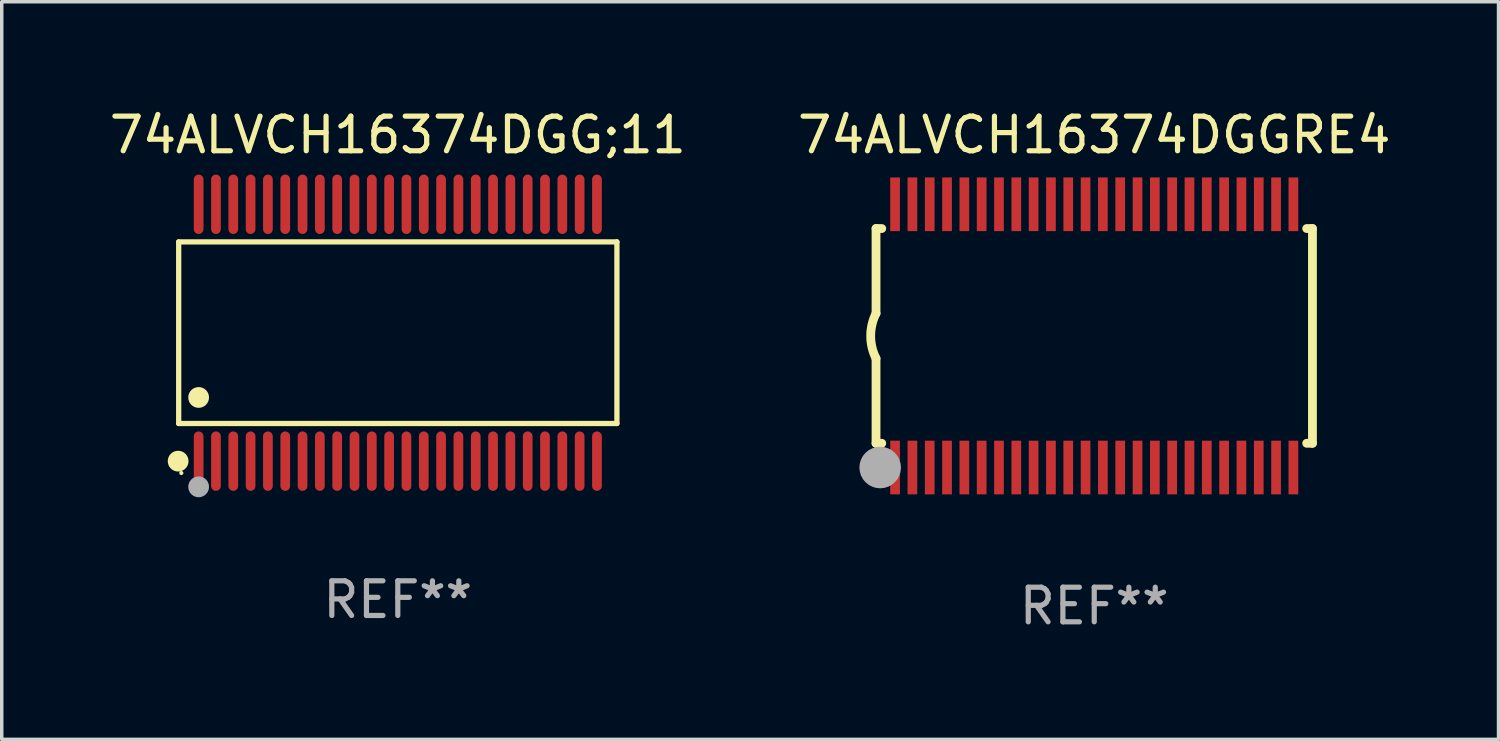
<source format=kicad_pcb>
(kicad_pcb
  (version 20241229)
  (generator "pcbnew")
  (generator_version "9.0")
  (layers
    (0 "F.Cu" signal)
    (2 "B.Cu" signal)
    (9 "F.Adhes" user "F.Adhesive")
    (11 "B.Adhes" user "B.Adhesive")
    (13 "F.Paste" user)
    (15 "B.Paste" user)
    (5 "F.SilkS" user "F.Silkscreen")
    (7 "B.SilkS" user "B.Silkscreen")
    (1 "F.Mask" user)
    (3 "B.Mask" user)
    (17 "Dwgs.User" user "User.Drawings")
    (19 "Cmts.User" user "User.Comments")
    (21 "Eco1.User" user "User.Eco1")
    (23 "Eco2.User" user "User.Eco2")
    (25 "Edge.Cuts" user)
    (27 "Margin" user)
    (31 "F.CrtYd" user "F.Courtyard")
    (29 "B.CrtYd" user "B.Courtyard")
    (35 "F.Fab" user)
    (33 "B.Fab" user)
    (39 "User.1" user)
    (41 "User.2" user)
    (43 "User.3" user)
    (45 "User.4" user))
  (footprint "74ALVCH16374DGGRE4"
    (layer "F.Cu")
    (at 28.542 6.648)
    (property "Reference" "74ALVCH16374DGGRE4" (at 0 -5.8 0) (layer "F.SilkS") (effects (font (size 1 1) (thickness 0.15))))
    (attr through_hole)
    (fp_line (start -6.3 -3.1) (end -6.3 -0.65) (stroke (width 0.254) (type solid)) (layer "F.SilkS"))
    (fp_line (start -6.3 -3.1) (end -6.134 -3.1) (stroke (width 0.254) (type solid)) (layer "F.SilkS"))
    (fp_line (start -6.3 3.1) (end -6.3 0.65) (stroke (width 0.254) (type solid)) (layer "F.SilkS"))
    (fp_line (start -6.3 3.1) (end -6.134 3.1) (stroke (width 0.254) (type solid)) (layer "F.SilkS"))
    (fp_line (start 6.134 -3.1) (end 6.3 -3.1) (stroke (width 0.254) (type solid)) (layer "F.SilkS"))
    (fp_line (start 6.134 3.1) (end 6.3 3.1) (stroke (width 0.254) (type solid)) (layer "F.SilkS"))
    (fp_line (start 6.3 -3.1) (end 6.3 3.1) (stroke (width 0.254) (type solid)) (layer "F.SilkS"))
    (fp_arc (start -6.301016 0.650114) (mid -6.45413 -0.000082) (end -6.3 -0.650038) (stroke (width 0.254001) (type solid)) (layer "F.SilkS"))
    (fp_circle (center -6.35 3.81) (end -6.223 3.81) (stroke (width 0.254) (type solid)) (fill no) (layer "F.SilkS"))
    (fp_circle (center -6.25 4.05) (end -6.22 4.05) (stroke (width 0.06) (type solid)) (fill no) (layer "F.SilkS"))
    (fp_circle (center -6.18 3.8) (end -5.88 3.8) (stroke (width 0.6) (type solid)) (fill no) (layer "F.Fab"))
    (fp_text user "REF**" (at 0 7.8 0) (layer "F.Fab") (effects (font (size 1 1) (thickness 0.15))))
    (pad "1" smd rect (at -5.75 3.8) (size 0.28 1.55) (layers "F.Cu" "F.Mask" "F.Paste"))
    (pad "2" smd rect (at -5.25 3.8) (size 0.28 1.55) (layers "F.Cu" "F.Mask" "F.Paste"))
    (pad "3" smd rect (at -4.75 3.8) (size 0.28 1.55) (layers "F.Cu" "F.Mask" "F.Paste"))
    (pad "4" smd rect (at -4.25 3.8) (size 0.28 1.55) (layers "F.Cu" "F.Mask" "F.Paste"))
    (pad "5" smd rect (at -3.75 3.8) (size 0.28 1.55) (layers "F.Cu" "F.Mask" "F.Paste"))
    (pad "6" smd rect (at -3.25 3.8) (size 0.28 1.55) (layers "F.Cu" "F.Mask" "F.Paste"))
    (pad "7" smd rect (at -2.75 3.8) (size 0.28 1.55) (layers "F.Cu" "F.Mask" "F.Paste"))
    (pad "8" smd rect (at -2.25 3.8) (size 0.28 1.55) (layers "F.Cu" "F.Mask" "F.Paste"))
    (pad "9" smd rect (at -1.75 3.8) (size 0.28 1.55) (layers "F.Cu" "F.Mask" "F.Paste"))
    (pad "10" smd rect (at -1.25 3.8) (size 0.28 1.55) (layers "F.Cu" "F.Mask" "F.Paste"))
    (pad "11" smd rect (at -0.75 3.8) (size 0.28 1.55) (layers "F.Cu" "F.Mask" "F.Paste"))
    (pad "12" smd rect (at -0.25 3.8) (size 0.28 1.55) (layers "F.Cu" "F.Mask" "F.Paste"))
    (pad "13" smd rect (at 0.25 3.8) (size 0.28 1.55) (layers "F.Cu" "F.Mask" "F.Paste"))
    (pad "14" smd rect (at 0.75 3.8) (size 0.28 1.55) (layers "F.Cu" "F.Mask" "F.Paste"))
    (pad "15" smd rect (at 1.25 3.8) (size 0.28 1.55) (layers "F.Cu" "F.Mask" "F.Paste"))
    (pad "16" smd rect (at 1.75 3.8) (size 0.28 1.55) (layers "F.Cu" "F.Mask" "F.Paste"))
    (pad "17" smd rect (at 2.25 3.8) (size 0.28 1.55) (layers "F.Cu" "F.Mask" "F.Paste"))
    (pad "18" smd rect (at 2.75 3.8) (size 0.28 1.55) (layers "F.Cu" "F.Mask" "F.Paste"))
    (pad "19" smd rect (at 3.25 3.8) (size 0.28 1.55) (layers "F.Cu" "F.Mask" "F.Paste"))
    (pad "20" smd rect (at 3.75 3.8) (size 0.28 1.55) (layers "F.Cu" "F.Mask" "F.Paste"))
    (pad "21" smd rect (at 4.25 3.8) (size 0.28 1.55) (layers "F.Cu" "F.Mask" "F.Paste"))
    (pad "22" smd rect (at 4.75 3.8) (size 0.28 1.55) (layers "F.Cu" "F.Mask" "F.Paste"))
    (pad "23" smd rect (at 5.25 3.8) (size 0.28 1.55) (layers "F.Cu" "F.Mask" "F.Paste"))
    (pad "24" smd rect (at 5.75 3.8) (size 0.28 1.55) (layers "F.Cu" "F.Mask" "F.Paste"))
    (pad "25" smd rect (at 5.75 -3.8) (size 0.28 1.55) (layers "F.Cu" "F.Mask" "F.Paste"))
    (pad "26" smd rect (at 5.25 -3.8) (size 0.28 1.55) (layers "F.Cu" "F.Mask" "F.Paste"))
    (pad "27" smd rect (at 4.75 -3.8) (size 0.28 1.55) (layers "F.Cu" "F.Mask" "F.Paste"))
    (pad "28" smd rect (at 4.25 -3.8) (size 0.28 1.55) (layers "F.Cu" "F.Mask" "F.Paste"))
    (pad "29" smd rect (at 3.75 -3.8) (size 0.28 1.55) (layers "F.Cu" "F.Mask" "F.Paste"))
    (pad "30" smd rect (at 3.25 -3.8) (size 0.28 1.55) (layers "F.Cu" "F.Mask" "F.Paste"))
    (pad "31" smd rect (at 2.75 -3.8) (size 0.28 1.55) (layers "F.Cu" "F.Mask" "F.Paste"))
    (pad "32" smd rect (at 2.25 -3.8) (size 0.28 1.55) (layers "F.Cu" "F.Mask" "F.Paste"))
    (pad "33" smd rect (at 1.75 -3.8) (size 0.28 1.55) (layers "F.Cu" "F.Mask" "F.Paste"))
    (pad "34" smd rect (at 1.25 -3.8) (size 0.28 1.55) (layers "F.Cu" "F.Mask" "F.Paste"))
    (pad "35" smd rect (at 0.75 -3.8) (size 0.28 1.55) (layers "F.Cu" "F.Mask" "F.Paste"))
    (pad "36" smd rect (at 0.25 -3.8) (size 0.28 1.55) (layers "F.Cu" "F.Mask" "F.Paste"))
    (pad "37" smd rect (at -0.25 -3.8) (size 0.28 1.55) (layers "F.Cu" "F.Mask" "F.Paste"))
    (pad "38" smd rect (at -0.75 -3.8) (size 0.28 1.55) (layers "F.Cu" "F.Mask" "F.Paste"))
    (pad "39" smd rect (at -1.25 -3.8) (size 0.28 1.55) (layers "F.Cu" "F.Mask" "F.Paste"))
    (pad "40" smd rect (at -1.75 -3.8) (size 0.28 1.55) (layers "F.Cu" "F.Mask" "F.Paste"))
    (pad "41" smd rect (at -2.25 -3.8) (size 0.28 1.55) (layers "F.Cu" "F.Mask" "F.Paste"))
    (pad "42" smd rect (at -2.75 -3.8) (size 0.28 1.55) (layers "F.Cu" "F.Mask" "F.Paste"))
    (pad "43" smd rect (at -3.25 -3.8) (size 0.28 1.55) (layers "F.Cu" "F.Mask" "F.Paste"))
    (pad "44" smd rect (at -3.75 -3.8) (size 0.28 1.55) (layers "F.Cu" "F.Mask" "F.Paste"))
    (pad "45" smd rect (at -4.25 -3.8) (size 0.28 1.55) (layers "F.Cu" "F.Mask" "F.Paste"))
    (pad "46" smd rect (at -4.75 -3.8) (size 0.28 1.55) (layers "F.Cu" "F.Mask" "F.Paste"))
    (pad "47" smd rect (at -5.25 -3.8) (size 0.28 1.55) (layers "F.Cu" "F.Mask" "F.Paste"))
    (pad "48" smd rect (at -5.75 -3.8) (size 0.28 1.55) (layers "F.Cu" "F.Mask" "F.Paste")))
  (footprint "74ALVCH16374DGG;11"
    (layer "F.Cu")
    (at 8.435 6.556)
    (property "Reference" "74ALVCH16374DGG;11" (at 0 -5.708 0) (layer "F.SilkS") (effects (font (size 1 1) (thickness 0.15))))
    (attr through_hole)
    (fp_line (start -6.326 -2.622) (end 6.326 -2.622) (stroke (width 0.152) (type solid)) (layer "F.SilkS"))
    (fp_line (start -6.326 2.621) (end -6.326 -2.622) (stroke (width 0.152) (type solid)) (layer "F.SilkS"))
    (fp_line (start 6.326 -2.622) (end 6.326 2.621) (stroke (width 0.152) (type solid)) (layer "F.SilkS"))
    (fp_line (start 6.326 2.621) (end -6.326 2.621) (stroke (width 0.152) (type solid)) (layer "F.SilkS"))
    (fp_circle (center -6.342 3.708) (end -6.192 3.708) (stroke (width 0.3) (type solid)) (fill no) (layer "F.SilkS"))
    (fp_circle (center -6.25 4.05) (end -6.22 4.05) (stroke (width 0.06) (type solid)) (fill no) (layer "F.SilkS"))
    (fp_circle (center -5.75 1.869) (end -5.6 1.869) (stroke (width 0.3) (type solid)) (fill no) (layer "F.SilkS"))
    (fp_circle (center -5.75 4.45) (end -5.6 4.45) (stroke (width 0.3) (type solid)) (fill no) (layer "F.Fab"))
    (fp_text user "REF**" (at 0 7.708 0) (layer "F.Fab") (effects (font (size 1 1) (thickness 0.15))))
    (pad "1" smd oval (at -5.75 3.708) (size 0.28 1.715) (layers "F.Cu" "F.Mask" "F.Paste"))
    (pad "2" smd oval (at -5.25 3.708) (size 0.28 1.715) (layers "F.Cu" "F.Mask" "F.Paste"))
    (pad "3" smd oval (at -4.75 3.708) (size 0.28 1.715) (layers "F.Cu" "F.Mask" "F.Paste"))
    (pad "4" smd oval (at -4.25 3.708) (size 0.28 1.715) (layers "F.Cu" "F.Mask" "F.Paste"))
    (pad "5" smd oval (at -3.75 3.708) (size 0.28 1.715) (layers "F.Cu" "F.Mask" "F.Paste"))
    (pad "6" smd oval (at -3.25 3.708) (size 0.28 1.715) (layers "F.Cu" "F.Mask" "F.Paste"))
    (pad "7" smd oval (at -2.75 3.708) (size 0.28 1.715) (layers "F.Cu" "F.Mask" "F.Paste"))
    (pad "8" smd oval (at -2.25 3.708) (size 0.28 1.715) (layers "F.Cu" "F.Mask" "F.Paste"))
    (pad "9" smd oval (at -1.75 3.708) (size 0.28 1.715) (layers "F.Cu" "F.Mask" "F.Paste"))
    (pad "10" smd oval (at -1.25 3.708) (size 0.28 1.715) (layers "F.Cu" "F.Mask" "F.Paste"))
    (pad "11" smd oval (at -0.75 3.708) (size 0.28 1.715) (layers "F.Cu" "F.Mask" "F.Paste"))
    (pad "12" smd oval (at -0.25 3.708) (size 0.28 1.715) (layers "F.Cu" "F.Mask" "F.Paste"))
    (pad "13" smd oval (at 0.25 3.708) (size 0.28 1.715) (layers "F.Cu" "F.Mask" "F.Paste"))
    (pad "14" smd oval (at 0.75 3.708) (size 0.28 1.715) (layers "F.Cu" "F.Mask" "F.Paste"))
    (pad "15" smd oval (at 1.25 3.708) (size 0.28 1.715) (layers "F.Cu" "F.Mask" "F.Paste"))
    (pad "16" smd oval (at 1.75 3.708) (size 0.28 1.715) (layers "F.Cu" "F.Mask" "F.Paste"))
    (pad "17" smd oval (at 2.25 3.708) (size 0.28 1.715) (layers "F.Cu" "F.Mask" "F.Paste"))
    (pad "18" smd oval (at 2.75 3.708) (size 0.28 1.715) (layers "F.Cu" "F.Mask" "F.Paste"))
    (pad "19" smd oval (at 3.25 3.708) (size 0.28 1.715) (layers "F.Cu" "F.Mask" "F.Paste"))
    (pad "20" smd oval (at 3.75 3.708) (size 0.28 1.715) (layers "F.Cu" "F.Mask" "F.Paste"))
    (pad "21" smd oval (at 4.25 3.708) (size 0.28 1.715) (layers "F.Cu" "F.Mask" "F.Paste"))
    (pad "22" smd oval (at 4.75 3.708) (size 0.28 1.715) (layers "F.Cu" "F.Mask" "F.Paste"))
    (pad "23" smd oval (at 5.25 3.708) (size 0.28 1.715) (layers "F.Cu" "F.Mask" "F.Paste"))
    (pad "24" smd oval (at 5.75 3.708) (size 0.28 1.715) (layers "F.Cu" "F.Mask" "F.Paste"))
    (pad "25" smd oval (at 5.75 -3.708) (size 0.28 1.715) (layers "F.Cu" "F.Mask" "F.Paste"))
    (pad "26" smd oval (at 5.25 -3.708) (size 0.28 1.715) (layers "F.Cu" "F.Mask" "F.Paste"))
    (pad "27" smd oval (at 4.75 -3.708) (size 0.28 1.715) (layers "F.Cu" "F.Mask" "F.Paste"))
    (pad "28" smd oval (at 4.25 -3.708) (size 0.28 1.715) (layers "F.Cu" "F.Mask" "F.Paste"))
    (pad "29" smd oval (at 3.75 -3.708) (size 0.28 1.715) (layers "F.Cu" "F.Mask" "F.Paste"))
    (pad "30" smd oval (at 3.25 -3.708) (size 0.28 1.715) (layers "F.Cu" "F.Mask" "F.Paste"))
    (pad "31" smd oval (at 2.75 -3.708) (size 0.28 1.715) (layers "F.Cu" "F.Mask" "F.Paste"))
    (pad "32" smd oval (at 2.25 -3.708) (size 0.28 1.715) (layers "F.Cu" "F.Mask" "F.Paste"))
    (pad "33" smd oval (at 1.75 -3.708) (size 0.28 1.715) (layers "F.Cu" "F.Mask" "F.Paste"))
    (pad "34" smd oval (at 1.25 -3.708) (size 0.28 1.715) (layers "F.Cu" "F.Mask" "F.Paste"))
    (pad "35" smd oval (at 0.75 -3.708) (size 0.28 1.715) (layers "F.Cu" "F.Mask" "F.Paste"))
    (pad "36" smd oval (at 0.25 -3.708) (size 0.28 1.715) (layers "F.Cu" "F.Mask" "F.Paste"))
    (pad "37" smd oval (at -0.25 -3.708) (size 0.28 1.715) (layers "F.Cu" "F.Mask" "F.Paste"))
    (pad "38" smd oval (at -0.75 -3.708) (size 0.28 1.715) (layers "F.Cu" "F.Mask" "F.Paste"))
    (pad "39" smd oval (at -1.25 -3.708) (size 0.28 1.715) (layers "F.Cu" "F.Mask" "F.Paste"))
    (pad "40" smd oval (at -1.75 -3.708) (size 0.28 1.715) (layers "F.Cu" "F.Mask" "F.Paste"))
    (pad "41" smd oval (at -2.25 -3.708) (size 0.28 1.715) (layers "F.Cu" "F.Mask" "F.Paste"))
    (pad "42" smd oval (at -2.75 -3.708) (size 0.28 1.715) (layers "F.Cu" "F.Mask" "F.Paste"))
    (pad "43" smd oval (at -3.25 -3.708) (size 0.28 1.715) (layers "F.Cu" "F.Mask" "F.Paste"))
    (pad "44" smd oval (at -3.75 -3.708) (size 0.28 1.715) (layers "F.Cu" "F.Mask" "F.Paste"))
    (pad "45" smd oval (at -4.25 -3.708) (size 0.28 1.715) (layers "F.Cu" "F.Mask" "F.Paste"))
    (pad "46" smd oval (at -4.75 -3.708) (size 0.28 1.715) (layers "F.Cu" "F.Mask" "F.Paste"))
    (pad "47" smd oval (at -5.25 -3.708) (size 0.28 1.715) (layers "F.Cu" "F.Mask" "F.Paste"))
    (pad "48" smd oval (at -5.75 -3.708) (size 0.28 1.715) (layers "F.Cu" "F.Mask" "F.Paste")))
  (gr_rect
    (start -3 -3)
    (end 40.214 18.296)
    (stroke (width 0.1) (type default))
    (fill no)
    (layer "Edge.Cuts")))
</source>
